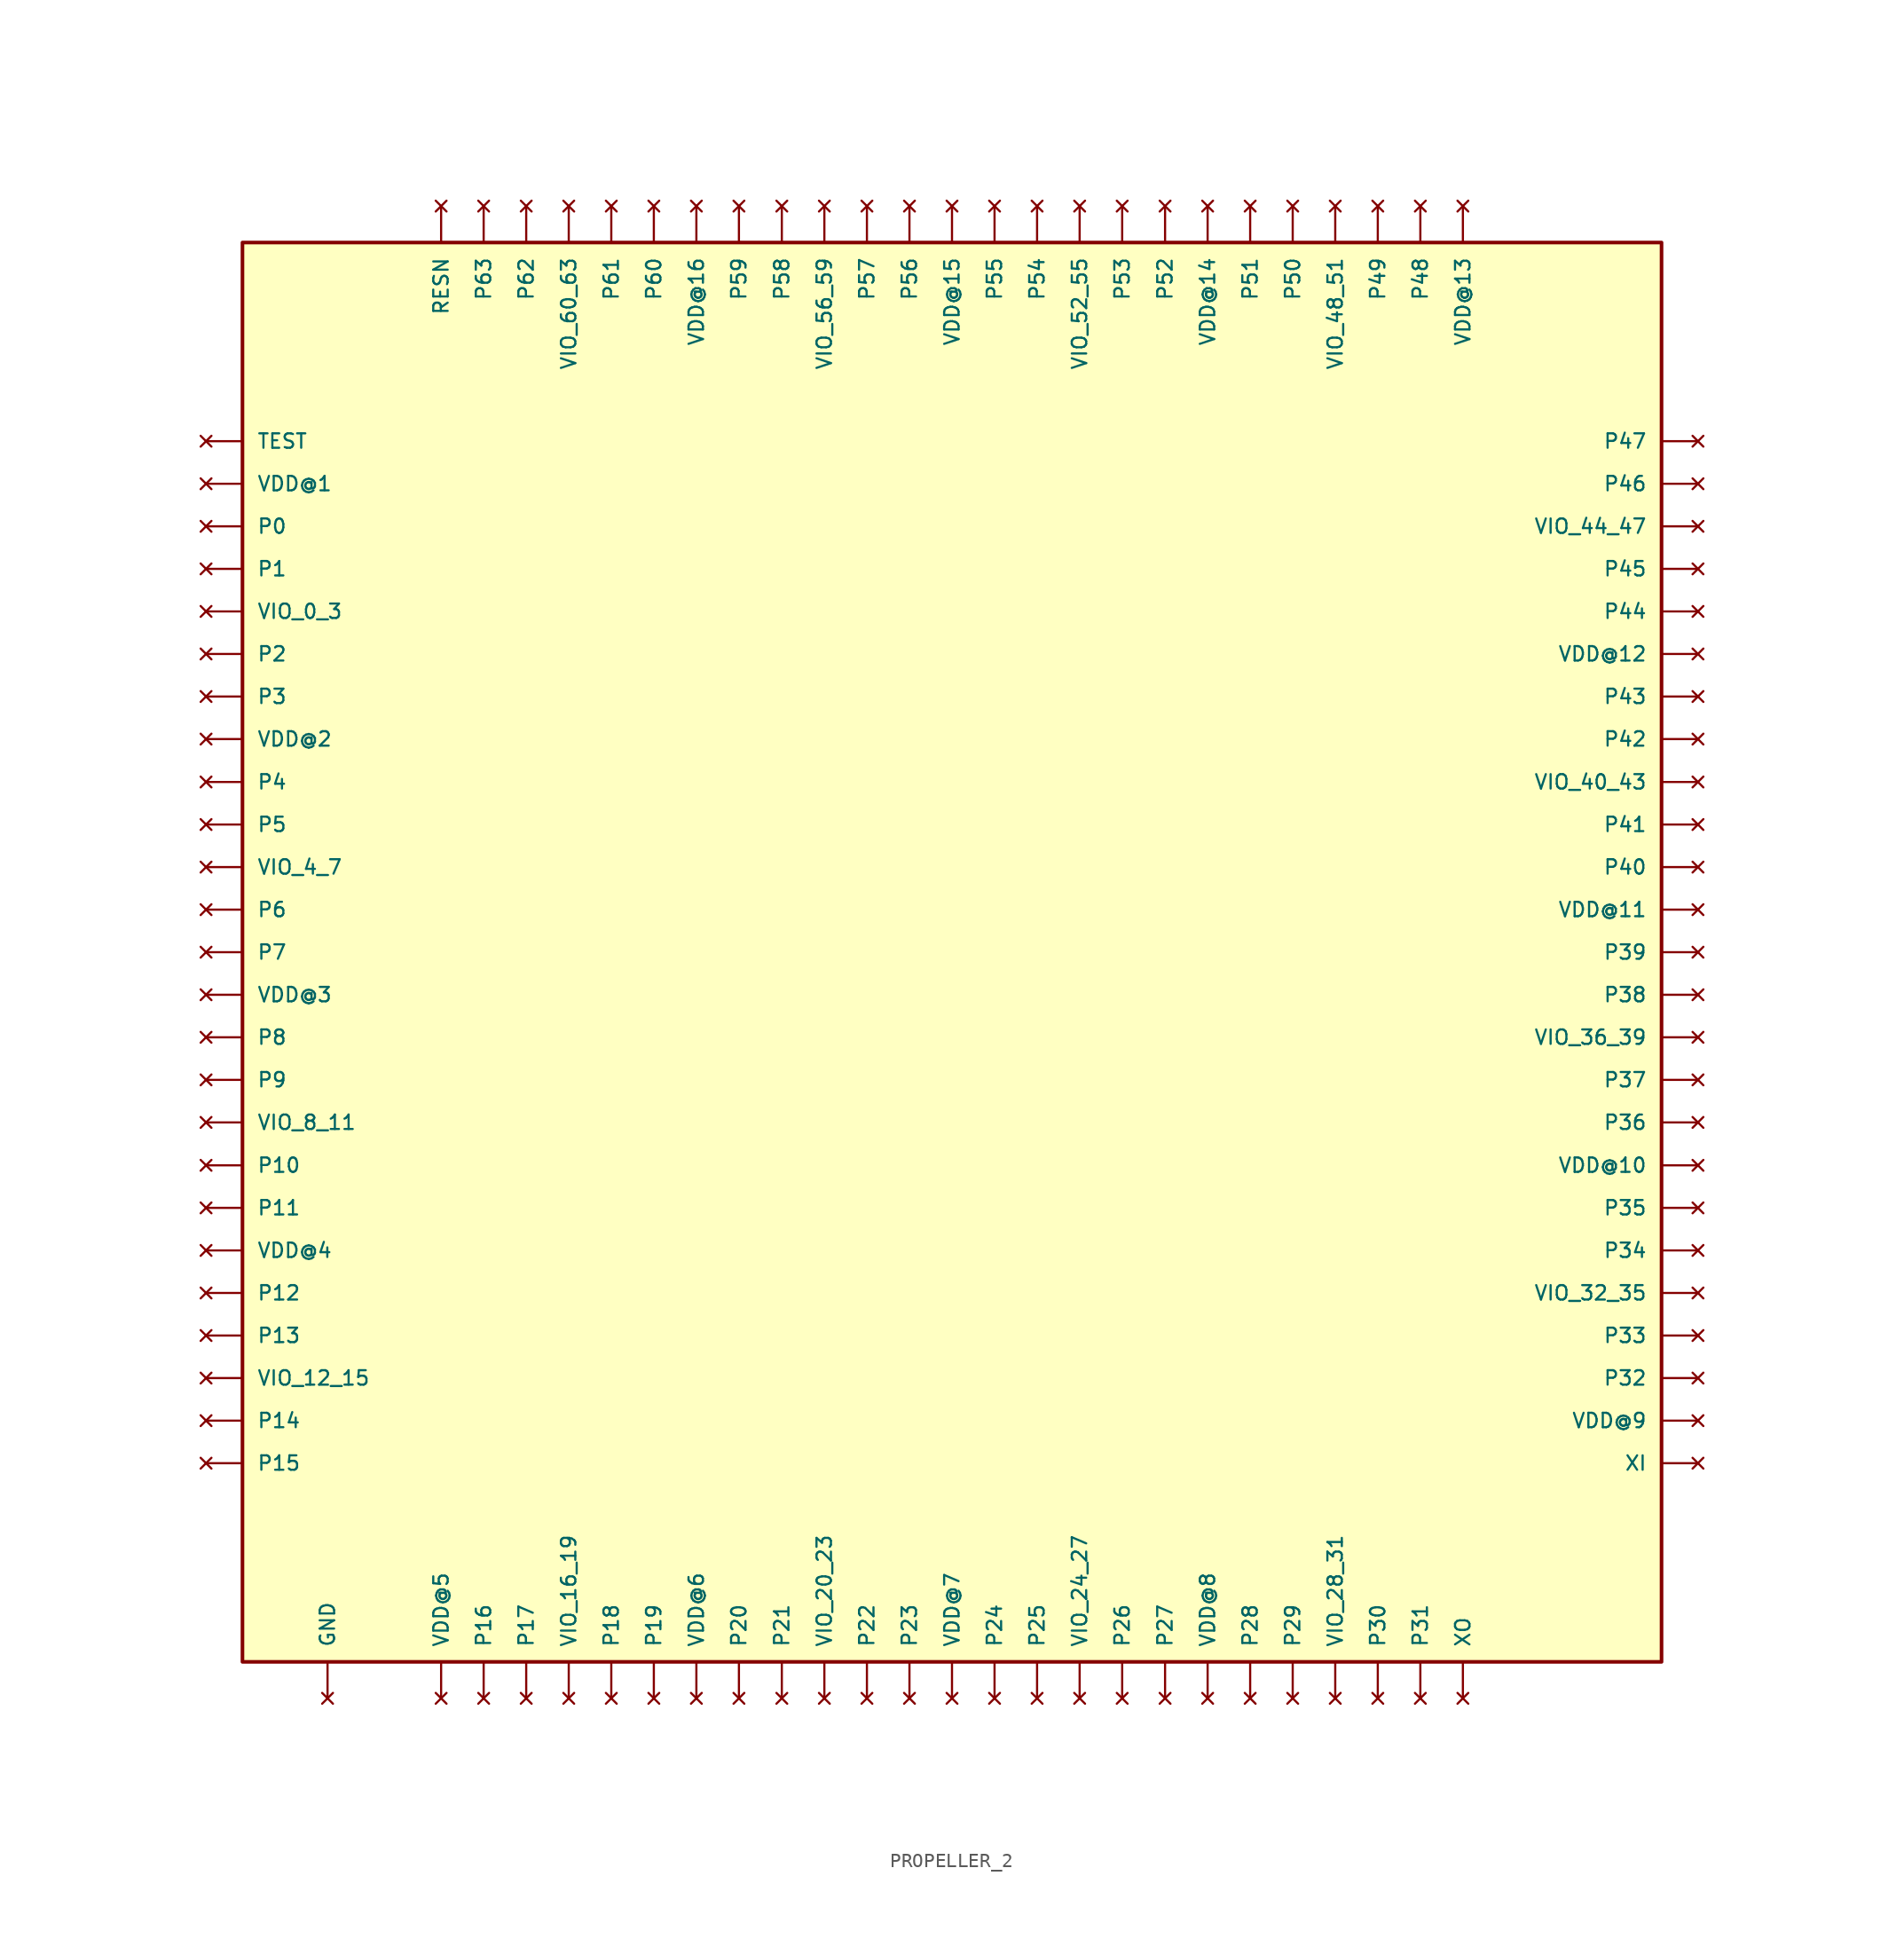
<source format=kicad_sym>
(kicad_symbol_lib
  (version 20211014)
  (generator kicad_symbol_editor)
  (symbol "PROPELLER_2"
    (pin_numbers hide)
    (pin_names
      (offset 1.016))
    (property "Reference" "U?"
      (at 0 0 0)
      (effects (font (size 1.27 1.27)) (justify left bottom) hide))
    (property "ki_locked" ""
      (at 0 0 0)
      (effects (font (size 1.27 1.27))))
    (symbol "PROPELLER_2_0_0"
      (rectangle (start -49.987 -49.987) (end 49.987 49.987) (stroke (width 0.254) (type default) (color 0 0 0 0)) (fill (type background)))
      (pin no_connect line (at -52.553 35.992 0) (length 2.54) (name "TEST" (effects (font (size 1.016 1.016)))) (number "1" (effects (font (size 1.016 1.016)))))
      (pin no_connect line (at -52.553 8.992 0) (length 2.54) (name "P5" (effects (font (size 1.016 1.016)))) (number "10" (effects (font (size 1.016 1.016)))))
      (pin no_connect line (at -35.992 52.553 270) (length 2.54) (name "RESN" (effects (font (size 1.016 1.016)))) (number "100" (effects (font (size 1.016 1.016)))))
      (pin no_connect line (at -52.553 5.994 0) (length 2.54) (name "VIO_4_7" (effects (font (size 1.016 1.016)))) (number "11" (effects (font (size 1.016 1.016)))))
      (pin no_connect line (at -52.553 2.997 0) (length 2.54) (name "P6" (effects (font (size 1.016 1.016)))) (number "12" (effects (font (size 1.016 1.016)))))
      (pin no_connect line (at -52.553 0 0) (length 2.54) (name "P7" (effects (font (size 1.016 1.016)))) (number "13" (effects (font (size 1.016 1.016)))))
      (pin no_connect line (at -52.553 -2.997 0) (length 2.54) (name "VDD@3" (effects (font (size 1.016 1.016)))) (number "14" (effects (font (size 1.016 1.016)))))
      (pin no_connect line (at -52.553 -5.994 0) (length 2.54) (name "P8" (effects (font (size 1.016 1.016)))) (number "15" (effects (font (size 1.016 1.016)))))
      (pin no_connect line (at -52.553 -8.992 0) (length 2.54) (name "P9" (effects (font (size 1.016 1.016)))) (number "16" (effects (font (size 1.016 1.016)))))
      (pin no_connect line (at -52.553 -11.989 0) (length 2.54) (name "VIO_8_11" (effects (font (size 1.016 1.016)))) (number "17" (effects (font (size 1.016 1.016)))))
      (pin no_connect line (at -52.553 -15.011 0) (length 2.54) (name "P10" (effects (font (size 1.016 1.016)))) (number "18" (effects (font (size 1.016 1.016)))))
      (pin no_connect line (at -52.553 -18.009 0) (length 2.54) (name "P11" (effects (font (size 1.016 1.016)))) (number "19" (effects (font (size 1.016 1.016)))))
      (pin no_connect line (at -52.553 32.995 0) (length 2.54) (name "VDD@1" (effects (font (size 1.016 1.016)))) (number "2" (effects (font (size 1.016 1.016)))))
      (pin no_connect line (at -52.553 -21.006 0) (length 2.54) (name "VDD@4" (effects (font (size 1.016 1.016)))) (number "20" (effects (font (size 1.016 1.016)))))
      (pin no_connect line (at -52.553 -24.003 0) (length 2.54) (name "P12" (effects (font (size 1.016 1.016)))) (number "21" (effects (font (size 1.016 1.016)))))
      (pin no_connect line (at -52.553 -27 0) (length 2.54) (name "P13" (effects (font (size 1.016 1.016)))) (number "22" (effects (font (size 1.016 1.016)))))
      (pin no_connect line (at -52.553 -29.997 0) (length 2.54) (name "VIO_12_15" (effects (font (size 1.016 1.016)))) (number "23" (effects (font (size 1.016 1.016)))))
      (pin no_connect line (at -52.553 -32.995 0) (length 2.54) (name "P14" (effects (font (size 1.016 1.016)))) (number "24" (effects (font (size 1.016 1.016)))))
      (pin no_connect line (at -52.553 -35.992 0) (length 2.54) (name "P15" (effects (font (size 1.016 1.016)))) (number "25" (effects (font (size 1.016 1.016)))))
      (pin no_connect line (at -35.992 -52.553 90) (length 2.54) (name "VDD@5" (effects (font (size 1.016 1.016)))) (number "26" (effects (font (size 1.016 1.016)))))
      (pin no_connect line (at -32.995 -52.553 90) (length 2.54) (name "P16" (effects (font (size 1.016 1.016)))) (number "27" (effects (font (size 1.016 1.016)))))
      (pin no_connect line (at -29.997 -52.553 90) (length 2.54) (name "P17" (effects (font (size 1.016 1.016)))) (number "28" (effects (font (size 1.016 1.016)))))
      (pin no_connect line (at -27 -52.553 90) (length 2.54) (name "VIO_16_19" (effects (font (size 1.016 1.016)))) (number "29" (effects (font (size 1.016 1.016)))))
      (pin no_connect line (at -52.553 29.997 0) (length 2.54) (name "P0" (effects (font (size 1.016 1.016)))) (number "3" (effects (font (size 1.016 1.016)))))
      (pin no_connect line (at -24.003 -52.553 90) (length 2.54) (name "P18" (effects (font (size 1.016 1.016)))) (number "30" (effects (font (size 1.016 1.016)))))
      (pin no_connect line (at -21.006 -52.553 90) (length 2.54) (name "P19" (effects (font (size 1.016 1.016)))) (number "31" (effects (font (size 1.016 1.016)))))
      (pin no_connect line (at -18.009 -52.553 90) (length 2.54) (name "VDD@6" (effects (font (size 1.016 1.016)))) (number "32" (effects (font (size 1.016 1.016)))))
      (pin no_connect line (at -15.011 -52.553 90) (length 2.54) (name "P20" (effects (font (size 1.016 1.016)))) (number "33" (effects (font (size 1.016 1.016)))))
      (pin no_connect line (at -11.989 -52.553 90) (length 2.54) (name "P21" (effects (font (size 1.016 1.016)))) (number "34" (effects (font (size 1.016 1.016)))))
      (pin no_connect line (at -8.992 -52.553 90) (length 2.54) (name "VIO_20_23" (effects (font (size 1.016 1.016)))) (number "35" (effects (font (size 1.016 1.016)))))
      (pin no_connect line (at -5.994 -52.553 90) (length 2.54) (name "P22" (effects (font (size 1.016 1.016)))) (number "36" (effects (font (size 1.016 1.016)))))
      (pin no_connect line (at -2.997 -52.553 90) (length 2.54) (name "P23" (effects (font (size 1.016 1.016)))) (number "37" (effects (font (size 1.016 1.016)))))
      (pin no_connect line (at 0 -52.553 90) (length 2.54) (name "VDD@7" (effects (font (size 1.016 1.016)))) (number "38" (effects (font (size 1.016 1.016)))))
      (pin no_connect line (at 2.997 -52.553 90) (length 2.54) (name "P24" (effects (font (size 1.016 1.016)))) (number "39" (effects (font (size 1.016 1.016)))))
      (pin no_connect line (at -52.553 27 0) (length 2.54) (name "P1" (effects (font (size 1.016 1.016)))) (number "4" (effects (font (size 1.016 1.016)))))
      (pin no_connect line (at 5.994 -52.553 90) (length 2.54) (name "P25" (effects (font (size 1.016 1.016)))) (number "40" (effects (font (size 1.016 1.016)))))
      (pin no_connect line (at 8.992 -52.553 90) (length 2.54) (name "VIO_24_27" (effects (font (size 1.016 1.016)))) (number "41" (effects (font (size 1.016 1.016)))))
      (pin no_connect line (at 11.989 -52.553 90) (length 2.54) (name "P26" (effects (font (size 1.016 1.016)))) (number "42" (effects (font (size 1.016 1.016)))))
      (pin no_connect line (at 15.011 -52.553 90) (length 2.54) (name "P27" (effects (font (size 1.016 1.016)))) (number "43" (effects (font (size 1.016 1.016)))))
      (pin no_connect line (at 18.009 -52.553 90) (length 2.54) (name "VDD@8" (effects (font (size 1.016 1.016)))) (number "44" (effects (font (size 1.016 1.016)))))
      (pin no_connect line (at 21.006 -52.553 90) (length 2.54) (name "P28" (effects (font (size 1.016 1.016)))) (number "45" (effects (font (size 1.016 1.016)))))
      (pin no_connect line (at 24.003 -52.553 90) (length 2.54) (name "P29" (effects (font (size 1.016 1.016)))) (number "46" (effects (font (size 1.016 1.016)))))
      (pin no_connect line (at 27 -52.553 90) (length 2.54) (name "VIO_28_31" (effects (font (size 1.016 1.016)))) (number "47" (effects (font (size 1.016 1.016)))))
      (pin no_connect line (at 29.997 -52.553 90) (length 2.54) (name "P30" (effects (font (size 1.016 1.016)))) (number "48" (effects (font (size 1.016 1.016)))))
      (pin no_connect line (at 32.995 -52.553 90) (length 2.54) (name "P31" (effects (font (size 1.016 1.016)))) (number "49" (effects (font (size 1.016 1.016)))))
      (pin no_connect line (at -52.553 24.003 0) (length 2.54) (name "VIO_0_3" (effects (font (size 1.016 1.016)))) (number "5" (effects (font (size 1.016 1.016)))))
      (pin no_connect line (at 35.992 -52.553 90) (length 2.54) (name "XO" (effects (font (size 1.016 1.016)))) (number "50" (effects (font (size 1.016 1.016)))))
      (pin no_connect line (at 52.553 -35.992 180) (length 2.54) (name "XI" (effects (font (size 1.016 1.016)))) (number "51" (effects (font (size 1.016 1.016)))))
      (pin no_connect line (at 52.553 -32.995 180) (length 2.54) (name "VDD@9" (effects (font (size 1.016 1.016)))) (number "52" (effects (font (size 1.016 1.016)))))
      (pin no_connect line (at 52.553 -29.997 180) (length 2.54) (name "P32" (effects (font (size 1.016 1.016)))) (number "53" (effects (font (size 1.016 1.016)))))
      (pin no_connect line (at 52.553 -27 180) (length 2.54) (name "P33" (effects (font (size 1.016 1.016)))) (number "54" (effects (font (size 1.016 1.016)))))
      (pin no_connect line (at 52.553 -24.003 180) (length 2.54) (name "VIO_32_35" (effects (font (size 1.016 1.016)))) (number "55" (effects (font (size 1.016 1.016)))))
      (pin no_connect line (at 52.553 -21.006 180) (length 2.54) (name "P34" (effects (font (size 1.016 1.016)))) (number "56" (effects (font (size 1.016 1.016)))))
      (pin no_connect line (at 52.553 -18.009 180) (length 2.54) (name "P35" (effects (font (size 1.016 1.016)))) (number "57" (effects (font (size 1.016 1.016)))))
      (pin no_connect line (at 52.553 -15.011 180) (length 2.54) (name "VDD@10" (effects (font (size 1.016 1.016)))) (number "58" (effects (font (size 1.016 1.016)))))
      (pin no_connect line (at 52.553 -11.989 180) (length 2.54) (name "P36" (effects (font (size 1.016 1.016)))) (number "59" (effects (font (size 1.016 1.016)))))
      (pin no_connect line (at -52.553 21.006 0) (length 2.54) (name "P2" (effects (font (size 1.016 1.016)))) (number "6" (effects (font (size 1.016 1.016)))))
      (pin no_connect line (at 52.553 -8.992 180) (length 2.54) (name "P37" (effects (font (size 1.016 1.016)))) (number "60" (effects (font (size 1.016 1.016)))))
      (pin no_connect line (at 52.553 -5.994 180) (length 2.54) (name "VIO_36_39" (effects (font (size 1.016 1.016)))) (number "61" (effects (font (size 1.016 1.016)))))
      (pin no_connect line (at 52.553 -2.997 180) (length 2.54) (name "P38" (effects (font (size 1.016 1.016)))) (number "62" (effects (font (size 1.016 1.016)))))
      (pin no_connect line (at 52.553 0 180) (length 2.54) (name "P39" (effects (font (size 1.016 1.016)))) (number "63" (effects (font (size 1.016 1.016)))))
      (pin no_connect line (at 52.553 2.997 180) (length 2.54) (name "VDD@11" (effects (font (size 1.016 1.016)))) (number "64" (effects (font (size 1.016 1.016)))))
      (pin no_connect line (at 52.553 5.994 180) (length 2.54) (name "P40" (effects (font (size 1.016 1.016)))) (number "65" (effects (font (size 1.016 1.016)))))
      (pin no_connect line (at 52.553 8.992 180) (length 2.54) (name "P41" (effects (font (size 1.016 1.016)))) (number "66" (effects (font (size 1.016 1.016)))))
      (pin no_connect line (at 52.553 11.989 180) (length 2.54) (name "VIO_40_43" (effects (font (size 1.016 1.016)))) (number "67" (effects (font (size 1.016 1.016)))))
      (pin no_connect line (at 52.553 15.011 180) (length 2.54) (name "P42" (effects (font (size 1.016 1.016)))) (number "68" (effects (font (size 1.016 1.016)))))
      (pin no_connect line (at 52.553 18.009 180) (length 2.54) (name "P43" (effects (font (size 1.016 1.016)))) (number "69" (effects (font (size 1.016 1.016)))))
      (pin no_connect line (at -52.553 18.009 0) (length 2.54) (name "P3" (effects (font (size 1.016 1.016)))) (number "7" (effects (font (size 1.016 1.016)))))
      (pin no_connect line (at 52.553 21.006 180) (length 2.54) (name "VDD@12" (effects (font (size 1.016 1.016)))) (number "70" (effects (font (size 1.016 1.016)))))
      (pin no_connect line (at 52.553 24.003 180) (length 2.54) (name "P44" (effects (font (size 1.016 1.016)))) (number "71" (effects (font (size 1.016 1.016)))))
      (pin no_connect line (at 52.553 27 180) (length 2.54) (name "P45" (effects (font (size 1.016 1.016)))) (number "72" (effects (font (size 1.016 1.016)))))
      (pin no_connect line (at 52.553 29.997 180) (length 2.54) (name "VIO_44_47" (effects (font (size 1.016 1.016)))) (number "73" (effects (font (size 1.016 1.016)))))
      (pin no_connect line (at 52.553 32.995 180) (length 2.54) (name "P46" (effects (font (size 1.016 1.016)))) (number "74" (effects (font (size 1.016 1.016)))))
      (pin no_connect line (at 52.553 35.992 180) (length 2.54) (name "P47" (effects (font (size 1.016 1.016)))) (number "75" (effects (font (size 1.016 1.016)))))
      (pin no_connect line (at 35.992 52.553 270) (length 2.54) (name "VDD@13" (effects (font (size 1.016 1.016)))) (number "76" (effects (font (size 1.016 1.016)))))
      (pin no_connect line (at 32.995 52.553 270) (length 2.54) (name "P48" (effects (font (size 1.016 1.016)))) (number "77" (effects (font (size 1.016 1.016)))))
      (pin no_connect line (at 29.997 52.553 270) (length 2.54) (name "P49" (effects (font (size 1.016 1.016)))) (number "78" (effects (font (size 1.016 1.016)))))
      (pin no_connect line (at 27 52.553 270) (length 2.54) (name "VIO_48_51" (effects (font (size 1.016 1.016)))) (number "79" (effects (font (size 1.016 1.016)))))
      (pin no_connect line (at -52.553 15.011 0) (length 2.54) (name "VDD@2" (effects (font (size 1.016 1.016)))) (number "8" (effects (font (size 1.016 1.016)))))
      (pin no_connect line (at 24.003 52.553 270) (length 2.54) (name "P50" (effects (font (size 1.016 1.016)))) (number "80" (effects (font (size 1.016 1.016)))))
      (pin no_connect line (at 21.006 52.553 270) (length 2.54) (name "P51" (effects (font (size 1.016 1.016)))) (number "81" (effects (font (size 1.016 1.016)))))
      (pin no_connect line (at 18.009 52.553 270) (length 2.54) (name "VDD@14" (effects (font (size 1.016 1.016)))) (number "82" (effects (font (size 1.016 1.016)))))
      (pin no_connect line (at 15.011 52.553 270) (length 2.54) (name "P52" (effects (font (size 1.016 1.016)))) (number "83" (effects (font (size 1.016 1.016)))))
      (pin no_connect line (at 11.989 52.553 270) (length 2.54) (name "P53" (effects (font (size 1.016 1.016)))) (number "84" (effects (font (size 1.016 1.016)))))
      (pin no_connect line (at 8.992 52.553 270) (length 2.54) (name "VIO_52_55" (effects (font (size 1.016 1.016)))) (number "85" (effects (font (size 1.016 1.016)))))
      (pin no_connect line (at 5.994 52.553 270) (length 2.54) (name "P54" (effects (font (size 1.016 1.016)))) (number "86" (effects (font (size 1.016 1.016)))))
      (pin no_connect line (at 2.997 52.553 270) (length 2.54) (name "P55" (effects (font (size 1.016 1.016)))) (number "87" (effects (font (size 1.016 1.016)))))
      (pin no_connect line (at 0 52.553 270) (length 2.54) (name "VDD@15" (effects (font (size 1.016 1.016)))) (number "88" (effects (font (size 1.016 1.016)))))
      (pin no_connect line (at -2.997 52.553 270) (length 2.54) (name "P56" (effects (font (size 1.016 1.016)))) (number "89" (effects (font (size 1.016 1.016)))))
      (pin no_connect line (at -52.553 11.989 0) (length 2.54) (name "P4" (effects (font (size 1.016 1.016)))) (number "9" (effects (font (size 1.016 1.016)))))
      (pin no_connect line (at -5.994 52.553 270) (length 2.54) (name "P57" (effects (font (size 1.016 1.016)))) (number "90" (effects (font (size 1.016 1.016)))))
      (pin no_connect line (at -8.992 52.553 270) (length 2.54) (name "VIO_56_59" (effects (font (size 1.016 1.016)))) (number "91" (effects (font (size 1.016 1.016)))))
      (pin no_connect line (at -11.989 52.553 270) (length 2.54) (name "P58" (effects (font (size 1.016 1.016)))) (number "92" (effects (font (size 1.016 1.016)))))
      (pin no_connect line (at -15.011 52.553 270) (length 2.54) (name "P59" (effects (font (size 1.016 1.016)))) (number "93" (effects (font (size 1.016 1.016)))))
      (pin no_connect line (at -18.009 52.553 270) (length 2.54) (name "VDD@16" (effects (font (size 1.016 1.016)))) (number "94" (effects (font (size 1.016 1.016)))))
      (pin no_connect line (at -21.006 52.553 270) (length 2.54) (name "P60" (effects (font (size 1.016 1.016)))) (number "95" (effects (font (size 1.016 1.016)))))
      (pin no_connect line (at -24.003 52.553 270) (length 2.54) (name "P61" (effects (font (size 1.016 1.016)))) (number "96" (effects (font (size 1.016 1.016)))))
      (pin no_connect line (at -27 52.553 270) (length 2.54) (name "VIO_60_63" (effects (font (size 1.016 1.016)))) (number "97" (effects (font (size 1.016 1.016)))))
      (pin no_connect line (at -29.997 52.553 270) (length 2.54) (name "P62" (effects (font (size 1.016 1.016)))) (number "98" (effects (font (size 1.016 1.016)))))
      (pin no_connect line (at -32.995 52.553 270) (length 2.54) (name "P63" (effects (font (size 1.016 1.016)))) (number "99" (effects (font (size 1.016 1.016)))))
      (pin no_connect line (at -43.993 -52.553 90) (length 2.54) (name "GND" (effects (font (size 1.016 1.016)))) (number "EP" (effects (font (size 1.016 1.016))))))))
</source>
